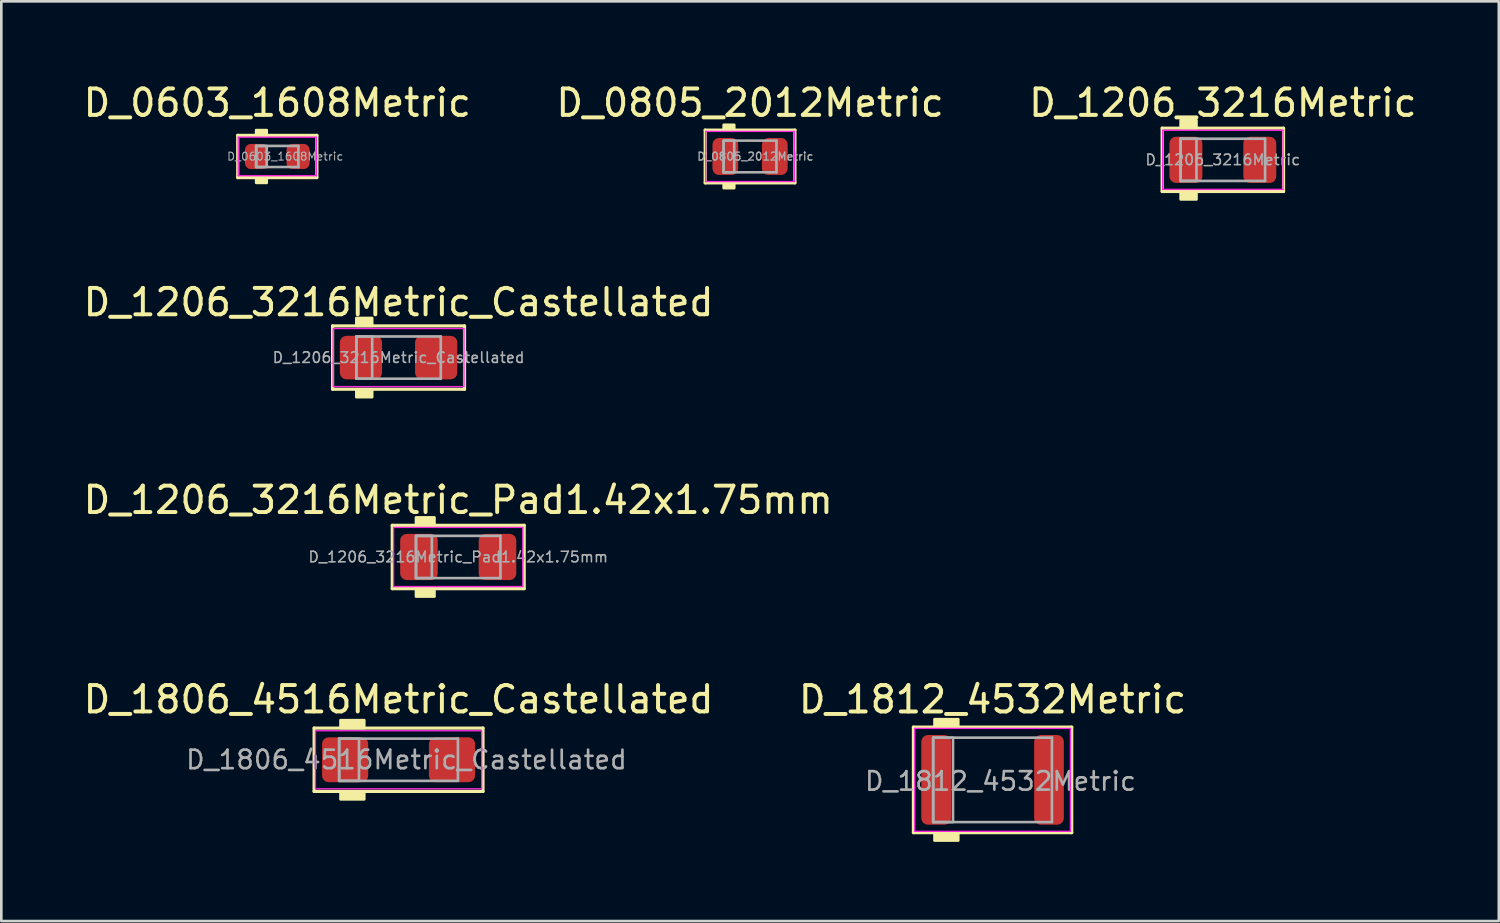
<source format=kicad_pcb>
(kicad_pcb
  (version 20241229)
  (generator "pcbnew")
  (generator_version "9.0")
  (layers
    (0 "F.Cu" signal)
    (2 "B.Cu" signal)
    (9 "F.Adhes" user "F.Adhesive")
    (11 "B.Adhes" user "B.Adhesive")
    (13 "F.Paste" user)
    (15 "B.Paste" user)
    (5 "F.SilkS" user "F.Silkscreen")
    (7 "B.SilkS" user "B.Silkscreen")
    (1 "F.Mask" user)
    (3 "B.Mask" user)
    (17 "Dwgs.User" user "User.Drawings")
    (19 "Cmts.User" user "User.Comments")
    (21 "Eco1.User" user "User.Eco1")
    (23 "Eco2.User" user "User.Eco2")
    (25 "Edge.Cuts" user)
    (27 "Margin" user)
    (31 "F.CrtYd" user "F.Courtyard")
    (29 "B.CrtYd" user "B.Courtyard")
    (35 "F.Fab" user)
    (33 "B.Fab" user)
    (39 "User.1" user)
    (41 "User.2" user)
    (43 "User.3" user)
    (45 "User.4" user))
  (footprint "D_0603_1608Metric"
    (layer "F.Cu")
    (at 7.458 2.88)
    (property "Reference" "D_0603_1608Metric" (at 0 -2.032 0) (layer "F.SilkS") (effects (font (size 1 1) (thickness 0.15))))
    (attr smd)
    (fp_line (start -1.5 -0.8) (end -1.5 0.8) (stroke (width 0.12) (type solid)) (layer "F.SilkS"))
    (fp_line (start -1.5 0.8) (end 1.5 0.8) (stroke (width 0.12) (type solid)) (layer "F.SilkS"))
    (fp_line (start 1.5 -0.8) (end -1.5 -0.8) (stroke (width 0.12) (type solid)) (layer "F.SilkS"))
    (fp_line (start 1.5 0.8) (end 1.5 -0.8) (stroke (width 0.12) (type solid)) (layer "F.SilkS"))
    (fp_poly (pts (xy -0.4 -0.8) (xy -0.8 -0.8) (xy -0.8 -1) (xy -0.4 -1)) (stroke (width 0.1) (type solid)) (fill yes) (layer "F.SilkS"))
    (fp_poly (pts (xy -0.4 1) (xy -0.8 1) (xy -0.8 0.8) (xy -0.4 0.8)) (stroke (width 0.1) (type solid)) (fill yes) (layer "F.SilkS"))
    (fp_line (start -1.48 -0.73) (end 1.48 -0.73) (stroke (width 0.05) (type solid)) (layer "F.CrtYd"))
    (fp_line (start -1.48 0.73) (end -1.48 -0.73) (stroke (width 0.05) (type solid)) (layer "F.CrtYd"))
    (fp_line (start 1.48 -0.73) (end 1.48 0.73) (stroke (width 0.05) (type solid)) (layer "F.CrtYd"))
    (fp_line (start 1.48 0.73) (end -1.48 0.73) (stroke (width 0.05) (type solid)) (layer "F.CrtYd"))
    (fp_line (start -0.8 -0.4) (end -0.8 0.4) (stroke (width 0.1) (type solid)) (layer "F.Fab"))
    (fp_line (start -0.8 0.4) (end 0.8 0.4) (stroke (width 0.1) (type solid)) (layer "F.Fab"))
    (fp_line (start 0.8 -0.4) (end -0.8 -0.4) (stroke (width 0.1) (type solid)) (layer "F.Fab"))
    (fp_line (start 0.8 0.4) (end 0.8 -0.4) (stroke (width 0.1) (type solid)) (layer "F.Fab"))
    (fp_rect (start -0.8 -0.4) (end -0.4 0.4) (stroke (width 0.1) (type solid)) (fill no) (layer "F.Fab"))
    (fp_text user "${REFERENCE}" (at 0.3 0 0) (layer "F.Fab") (effects (font (size 0.3 0.3) (thickness 0.04))))
    (pad "1" smd roundrect (at -0.787 0) (size 0.875 0.95) (layers "F.Cu" "F.Mask" "F.Paste") (roundrect_rratio 0.25))
    (pad "2" smd roundrect (at 0.787 0) (size 0.875 0.95) (layers "F.Cu" "F.Mask" "F.Paste") (roundrect_rratio 0.25)))
  (footprint "D_1206_3216Metric_Pad1.42x1.75mm"
    (layer "F.Cu")
    (at 14.315 18.058)
    (property "Reference" "D_1206_3216Metric_Pad1.42x1.75mm" (at 0 -2.159 0) (layer "F.SilkS") (effects (font (size 1 1) (thickness 0.15))))
    (attr smd)
    (fp_line (start -2.5 -1.2) (end -2.5 1.2) (stroke (width 0.12) (type solid)) (layer "F.SilkS"))
    (fp_line (start -2.5 1.2) (end 2.5 1.2) (stroke (width 0.12) (type solid)) (layer "F.SilkS"))
    (fp_line (start 2.5 -1.2) (end -2.5 -1.2) (stroke (width 0.12) (type solid)) (layer "F.SilkS"))
    (fp_line (start 2.5 1.2) (end 2.5 -1.2) (stroke (width 0.12) (type solid)) (layer "F.SilkS"))
    (fp_poly (pts (xy -0.9 -1.2) (xy -1.6 -1.2) (xy -1.6 -1.5) (xy -0.9 -1.5)) (stroke (width 0.1) (type solid)) (fill yes) (layer "F.SilkS"))
    (fp_poly (pts (xy -0.9 1.5) (xy -1.6 1.5) (xy -1.6 1.2) (xy -0.9 1.2)) (stroke (width 0.1) (type solid)) (fill yes) (layer "F.SilkS"))
    (fp_line (start -2.45 -1.12) (end 2.45 -1.12) (stroke (width 0.05) (type solid)) (layer "F.CrtYd"))
    (fp_line (start -2.45 1.12) (end -2.45 -1.12) (stroke (width 0.05) (type solid)) (layer "F.CrtYd"))
    (fp_line (start 2.45 -1.12) (end 2.45 1.12) (stroke (width 0.05) (type solid)) (layer "F.CrtYd"))
    (fp_line (start 2.45 1.12) (end -2.45 1.12) (stroke (width 0.05) (type solid)) (layer "F.CrtYd"))
    (fp_line (start -1.6 -0.8) (end -1.6 0.8) (stroke (width 0.1) (type solid)) (layer "F.Fab"))
    (fp_line (start -1.6 0.8) (end 1.6 0.8) (stroke (width 0.1) (type solid)) (layer "F.Fab"))
    (fp_line (start 1.6 -0.8) (end -1.6 -0.8) (stroke (width 0.1) (type solid)) (layer "F.Fab"))
    (fp_line (start 1.6 0.8) (end 1.6 -0.8) (stroke (width 0.1) (type solid)) (layer "F.Fab"))
    (fp_rect (start -1.6 -0.8) (end -1 0.8) (stroke (width 0.1) (type solid)) (fill no) (layer "F.Fab"))
    (fp_text user "${REFERENCE}" (at 0 0 0) (layer "F.Fab") (effects (font (size 0.4 0.4) (thickness 0.06))))
    (pad "1" smd roundrect (at -1.488 0) (size 1.425 1.75) (layers "F.Cu" "F.Mask" "F.Paste") (roundrect_rratio 0.175))
    (pad "2" smd roundrect (at 1.488 0) (size 1.425 1.75) (layers "F.Cu" "F.Mask" "F.Paste") (roundrect_rratio 0.175)))
  (footprint "D_1206_3216Metric_Castellated"
    (layer "F.Cu")
    (at 12.054 10.501)
    (property "Reference" "D_1206_3216Metric_Castellated" (at 0 -2.095 0) (layer "F.SilkS") (effects (font (size 1 1) (thickness 0.15))))
    (attr smd)
    (fp_line (start -2.5 -1.2) (end -2.5 1.2) (stroke (width 0.12) (type solid)) (layer "F.SilkS"))
    (fp_line (start -2.5 1.2) (end 2.5 1.2) (stroke (width 0.12) (type solid)) (layer "F.SilkS"))
    (fp_line (start 2.5 -1.2) (end -2.5 -1.2) (stroke (width 0.12) (type solid)) (layer "F.SilkS"))
    (fp_line (start 2.5 1.2) (end 2.5 -1.2) (stroke (width 0.12) (type solid)) (layer "F.SilkS"))
    (fp_poly (pts (xy -1 -1.2) (xy -1.6 -1.2) (xy -1.6 -1.5) (xy -1 -1.5)) (stroke (width 0.1) (type solid)) (fill yes) (layer "F.SilkS"))
    (fp_poly (pts (xy -1 1.5) (xy -1.6 1.5) (xy -1.6 1.2) (xy -1 1.2)) (stroke (width 0.1) (type solid)) (fill yes) (layer "F.SilkS"))
    (fp_rect (start -2.48 -1.1) (end 2.48 1.1) (stroke (width 0.05) (type solid)) (fill no) (layer "F.CrtYd"))
    (fp_line (start -1.6 -0.8) (end -1.6 0.8) (stroke (width 0.1) (type solid)) (layer "F.Fab"))
    (fp_line (start -1.6 0.8) (end 1.6 0.8) (stroke (width 0.1) (type solid)) (layer "F.Fab"))
    (fp_line (start 1.6 -0.8) (end -1.6 -0.8) (stroke (width 0.1) (type solid)) (layer "F.Fab"))
    (fp_line (start 1.6 0.8) (end 1.6 -0.8) (stroke (width 0.1) (type solid)) (layer "F.Fab"))
    (fp_rect (start -1.6 -0.8) (end -1 0.8) (stroke (width 0.1) (type solid)) (fill no) (layer "F.Fab"))
    (fp_text user "${REFERENCE}" (at 0 0 0) (layer "F.Fab") (effects (font (size 0.4 0.4) (thickness 0.06))))
    (pad "1" smd roundrect (at -1.425 0) (size 1.6 1.65) (layers "F.Cu" "F.Mask" "F.Paste") (roundrect_rratio 0.156))
    (pad "2" smd roundrect (at 1.425 0) (size 1.6 1.65) (layers "F.Cu" "F.Mask" "F.Paste") (roundrect_rratio 0.156)))
  (footprint "D_1806_4516Metric_Castellated"
    (layer "F.Cu")
    (at 12.054 25.742)
    (property "Reference" "D_1806_4516Metric_Castellated" (at 0 -2.286 0) (layer "F.SilkS") (effects (font (size 1 1) (thickness 0.15))))
    (attr smd)
    (fp_line (start -3.2 -1.2) (end -3.2 1.2) (stroke (width 0.12) (type solid)) (layer "F.SilkS"))
    (fp_line (start -3.2 1.2) (end 3.2 1.2) (stroke (width 0.12) (type solid)) (layer "F.SilkS"))
    (fp_line (start 3.2 -1.2) (end -3.2 -1.2) (stroke (width 0.12) (type solid)) (layer "F.SilkS"))
    (fp_line (start 3.2 1.2) (end 3.2 -1.2) (stroke (width 0.12) (type solid)) (layer "F.SilkS"))
    (fp_poly (pts (xy -1.3 -1.2) (xy -2.2 -1.2) (xy -2.2 -1.5) (xy -1.3 -1.5)) (stroke (width 0.1) (type solid)) (fill yes) (layer "F.SilkS"))
    (fp_poly (pts (xy -1.3 1.5) (xy -2.2 1.5) (xy -2.2 1.2) (xy -1.3 1.2)) (stroke (width 0.1) (type solid)) (fill yes) (layer "F.SilkS"))
    (fp_rect (start -3.15 -1.1) (end 3.15 1.1) (stroke (width 0.05) (type solid)) (fill no) (layer "F.CrtYd"))
    (fp_line (start -2.25 -0.8) (end -2.25 0.8) (stroke (width 0.1) (type solid)) (layer "F.Fab"))
    (fp_line (start -2.25 0.8) (end 2.25 0.8) (stroke (width 0.1) (type solid)) (layer "F.Fab"))
    (fp_line (start 2.25 -0.8) (end -2.25 -0.8) (stroke (width 0.1) (type solid)) (layer "F.Fab"))
    (fp_line (start 2.25 0.8) (end 2.25 -0.8) (stroke (width 0.1) (type solid)) (layer "F.Fab"))
    (fp_rect (start -2.25 -0.8) (end -1.5 0.8) (stroke (width 0.1) (type solid)) (fill no) (layer "F.Fab"))
    (fp_text user "${REFERENCE}" (at 0.3 0 0) (layer "F.Fab") (effects (font (size 0.7 0.7) (thickness 0.1))))
    (pad "1" smd roundrect (at -2.025 0) (size 1.75 1.7) (layers "F.Cu" "F.Mask" "F.Paste") (roundrect_rratio 0.147))
    (pad "2" smd roundrect (at 2.025 0) (size 1.75 1.7) (layers "F.Cu" "F.Mask" "F.Paste") (roundrect_rratio 0.147)))
  (footprint "D_1206_3216Metric"
    (layer "F.Cu")
    (at 43.292 3.007)
    (property "Reference" "D_1206_3216Metric" (at 0 -2.159 0) (layer "F.SilkS") (effects (font (size 1 1) (thickness 0.15))))
    (attr smd)
    (fp_line (start -2.3 -1.2) (end -2.3 1.2) (stroke (width 0.12) (type solid)) (layer "F.SilkS"))
    (fp_line (start -2.3 1.2) (end 2.3 1.2) (stroke (width 0.12) (type solid)) (layer "F.SilkS"))
    (fp_line (start 2.3 -1.2) (end -2.3 -1.2) (stroke (width 0.12) (type solid)) (layer "F.SilkS"))
    (fp_line (start 2.3 1.2) (end 2.3 -1.2) (stroke (width 0.12) (type solid)) (layer "F.SilkS"))
    (fp_poly (pts (xy -1 -1.2) (xy -1.6 -1.2) (xy -1.6 -1.5) (xy -1 -1.5)) (stroke (width 0.1) (type solid)) (fill yes) (layer "F.SilkS"))
    (fp_poly (pts (xy -1 1.5) (xy -1.6 1.5) (xy -1.6 1.2) (xy -1 1.2)) (stroke (width 0.1) (type solid)) (fill yes) (layer "F.SilkS"))
    (fp_line (start -2.28 -1.12) (end 2.28 -1.12) (stroke (width 0.05) (type solid)) (layer "F.CrtYd"))
    (fp_line (start -2.28 1.12) (end -2.28 -1.12) (stroke (width 0.05) (type solid)) (layer "F.CrtYd"))
    (fp_line (start 2.28 -1.12) (end 2.28 1.12) (stroke (width 0.05) (type solid)) (layer "F.CrtYd"))
    (fp_line (start 2.28 1.12) (end -2.28 1.12) (stroke (width 0.05) (type solid)) (layer "F.CrtYd"))
    (fp_line (start -1.6 -0.8) (end -1.6 0.8) (stroke (width 0.1) (type solid)) (layer "F.Fab"))
    (fp_line (start -1.6 0.8) (end 1.6 0.8) (stroke (width 0.1) (type solid)) (layer "F.Fab"))
    (fp_line (start 1.6 -0.8) (end -1.6 -0.8) (stroke (width 0.1) (type solid)) (layer "F.Fab"))
    (fp_line (start 1.6 0.8) (end 1.6 -0.8) (stroke (width 0.1) (type solid)) (layer "F.Fab"))
    (fp_rect (start -1.6 -0.8) (end -1 0.8) (stroke (width 0.1) (type solid)) (fill no) (layer "F.Fab"))
    (fp_text user "${REFERENCE}" (at 0 0 0) (layer "F.Fab") (effects (font (size 0.4 0.4) (thickness 0.06))))
    (pad "1" smd roundrect (at -1.4 0) (size 1.25 1.75) (layers "F.Cu" "F.Mask" "F.Paste") (roundrect_rratio 0.2))
    (pad "2" smd roundrect (at 1.4 0) (size 1.25 1.75) (layers "F.Cu" "F.Mask" "F.Paste") (roundrect_rratio 0.2)))
  (footprint "D_1812_4532Metric"
    (layer "F.Cu")
    (at 34.565 26.505)
    (property "Reference" "D_1812_4532Metric" (at 0 -3.048 0) (layer "F.SilkS") (effects (font (size 1 1) (thickness 0.15))))
    (attr smd)
    (fp_line (start -3 -2) (end -3 2) (stroke (width 0.12) (type solid)) (layer "F.SilkS"))
    (fp_line (start -3 2) (end 3 2) (stroke (width 0.12) (type solid)) (layer "F.SilkS"))
    (fp_line (start 3 -2) (end -3 -2) (stroke (width 0.12) (type solid)) (layer "F.SilkS"))
    (fp_line (start 3 2) (end 3 -2) (stroke (width 0.12) (type solid)) (layer "F.SilkS"))
    (fp_poly (pts (xy -1.3 -2) (xy -2.2 -2) (xy -2.2 -2.3) (xy -1.3 -2.3)) (stroke (width 0.1) (type solid)) (fill yes) (layer "F.SilkS"))
    (fp_poly (pts (xy -1.3 2.3) (xy -2.2 2.3) (xy -2.2 2) (xy -1.3 2)) (stroke (width 0.1) (type solid)) (fill yes) (layer "F.SilkS"))
    (fp_line (start -2.95 -1.95) (end 2.95 -1.95) (stroke (width 0.05) (type solid)) (layer "F.CrtYd"))
    (fp_line (start -2.95 1.95) (end -2.95 -1.95) (stroke (width 0.05) (type solid)) (layer "F.CrtYd"))
    (fp_line (start 2.95 -1.95) (end 2.95 1.95) (stroke (width 0.05) (type solid)) (layer "F.CrtYd"))
    (fp_line (start 2.95 1.95) (end -2.95 1.95) (stroke (width 0.05) (type solid)) (layer "F.CrtYd"))
    (fp_line (start -2.25 -1.6) (end -2.25 1.6) (stroke (width 0.1) (type solid)) (layer "F.Fab"))
    (fp_line (start -2.25 1.6) (end 2.25 1.6) (stroke (width 0.1) (type solid)) (layer "F.Fab"))
    (fp_line (start 2.25 -1.6) (end -2.25 -1.6) (stroke (width 0.1) (type solid)) (layer "F.Fab"))
    (fp_line (start 2.25 1.6) (end 2.25 -1.6) (stroke (width 0.1) (type solid)) (layer "F.Fab"))
    (fp_rect (start -2.25 -1.6) (end -1.5 1.6) (stroke (width 0.1) (type solid)) (fill no) (layer "F.Fab"))
    (fp_text user "${REFERENCE}" (at 0.3 0.05 0) (layer "F.Fab") (effects (font (size 0.7 0.7) (thickness 0.1))))
    (pad "1" smd roundrect (at -2.138 0) (size 1.125 3.4) (layers "F.Cu" "F.Mask" "F.Paste") (roundrect_rratio 0.222))
    (pad "2" smd roundrect (at 2.138 0) (size 1.125 3.4) (layers "F.Cu" "F.Mask" "F.Paste") (roundrect_rratio 0.222)))
  (footprint "D_0805_2012Metric"
    (layer "F.Cu")
    (at 25.375 2.88)
    (property "Reference" "D_0805_2012Metric" (at 0 -2.032 0) (layer "F.SilkS") (effects (font (size 1 1) (thickness 0.15))))
    (attr smd)
    (fp_line (start -1.7 -1) (end 1.7 -1) (stroke (width 0.12) (type solid)) (layer "F.SilkS"))
    (fp_line (start -1.7 -0.127) (end -1.7 -1) (stroke (width 0.12) (type solid)) (layer "F.SilkS"))
    (fp_line (start -1.7 1) (end -1.7 -0.127) (stroke (width 0.12) (type solid)) (layer "F.SilkS"))
    (fp_line (start 1.7 -1) (end 1.7 1) (stroke (width 0.12) (type solid)) (layer "F.SilkS"))
    (fp_line (start 1.7 1) (end -1.7 1) (stroke (width 0.12) (type solid)) (layer "F.SilkS"))
    (fp_poly (pts (xy -0.6 -1) (xy -1 -1) (xy -1 -1.2) (xy -0.6 -1.2)) (stroke (width 0.1) (type solid)) (fill yes) (layer "F.SilkS"))
    (fp_poly (pts (xy -0.6 1.2) (xy -1 1.2) (xy -1 1) (xy -0.6 1)) (stroke (width 0.1) (type solid)) (fill yes) (layer "F.SilkS"))
    (fp_line (start -1.68 -0.95) (end 1.68 -0.95) (stroke (width 0.05) (type solid)) (layer "F.CrtYd"))
    (fp_line (start -1.68 0.95) (end -1.68 -0.95) (stroke (width 0.05) (type solid)) (layer "F.CrtYd"))
    (fp_line (start 1.68 -0.95) (end 1.68 0.95) (stroke (width 0.05) (type solid)) (layer "F.CrtYd"))
    (fp_line (start 1.68 0.95) (end -1.68 0.95) (stroke (width 0.05) (type solid)) (layer "F.CrtYd"))
    (fp_line (start -1 -0.6) (end -1 0.6) (stroke (width 0.1) (type solid)) (layer "F.Fab"))
    (fp_line (start -1 0.6) (end 1 0.6) (stroke (width 0.1) (type solid)) (layer "F.Fab"))
    (fp_line (start 1 -0.6) (end -1 -0.6) (stroke (width 0.1) (type solid)) (layer "F.Fab"))
    (fp_line (start 1 0.6) (end 1 -0.6) (stroke (width 0.1) (type solid)) (layer "F.Fab"))
    (fp_rect (start -1 -0.6) (end -0.6 0.6) (stroke (width 0.1) (type solid)) (fill no) (layer "F.Fab"))
    (fp_text user "${REFERENCE}" (at 0.2 0 0) (layer "F.Fab") (effects (font (size 0.3 0.3) (thickness 0.05))))
    (pad "1" smd roundrect (at -0.938 0) (size 0.975 1.4) (layers "F.Cu" "F.Mask" "F.Paste") (roundrect_rratio 0.25))
    (pad "2" smd roundrect (at 0.938 0) (size 0.975 1.4) (layers "F.Cu" "F.Mask" "F.Paste") (roundrect_rratio 0.25)))
  (gr_rect
    (start -3 -3)
    (end 53.75 31.855)
    (stroke (width 0.1) (type default))
    (fill no)
    (layer "Edge.Cuts")))
</source>
